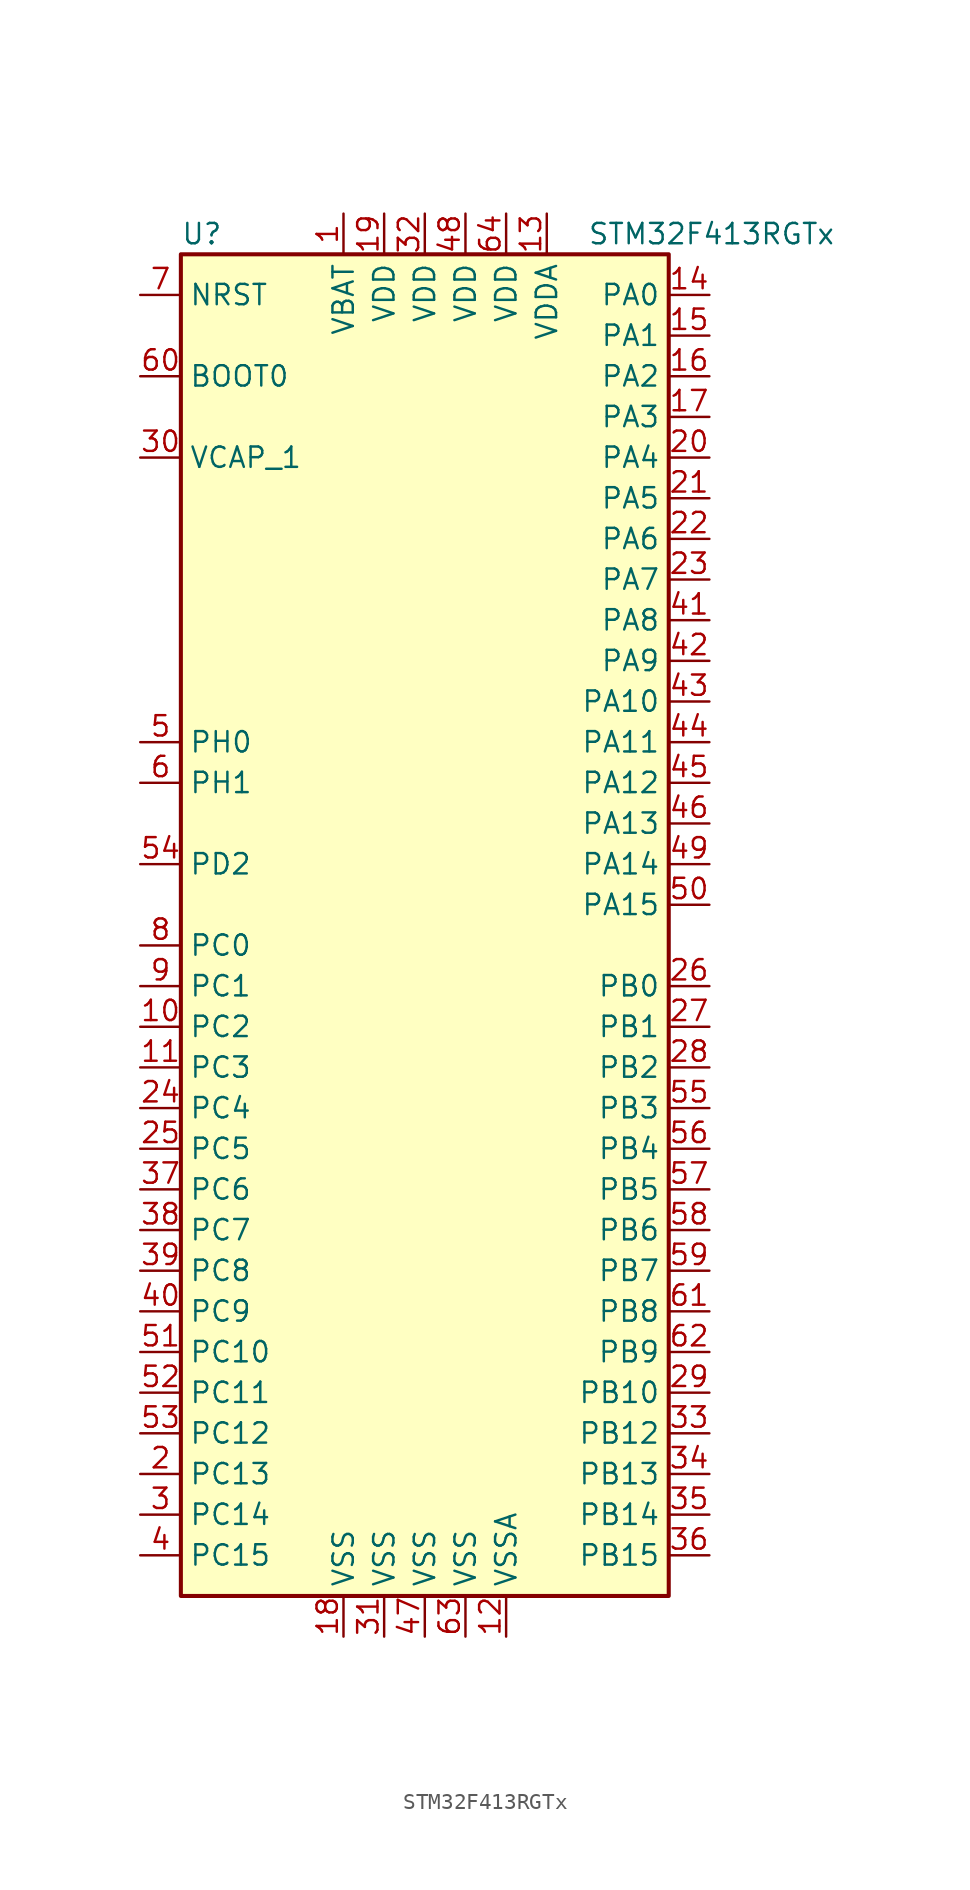
<source format=kicad_sym>
(kicad_symbol_lib
  (version 20220914)
  (generator kicad_symbol_editor)
  (symbol "STM32F413RGTx"
    (property "Reference" "U"
      (at -15.24 41.91 0)
      (effects (font (size 1.27 1.27)) (justify left)))
    (property "Value" "STM32F413RGTx"
      (at 10.16 41.91 0)
      (effects (font (size 1.27 1.27)) (justify left)))
    (symbol "STM32F413RGTx_0_1"
      (rectangle (start -15.24 -43.18) (end 15.24 40.64) (stroke (width 0.254) (type default)) (fill (type background))))
    (symbol "STM32F413RGTx_1_1"
      (pin power_in line (at -5.08 43.18 270) (length 2.54) (name "VBAT" (effects (font (size 1.27 1.27)))) (number "1" (effects (font (size 1.27 1.27)))))
      (pin bidirectional line (at -17.78 -7.62 0) (length 2.54) (name "PC2" (effects (font (size 1.27 1.27)))) (number "10" (effects (font (size 1.27 1.27)))))
      (pin bidirectional line (at -17.78 -10.16 0) (length 2.54) (name "PC3" (effects (font (size 1.27 1.27)))) (number "11" (effects (font (size 1.27 1.27)))))
      (pin power_in line (at 5.08 -45.72 90) (length 2.54) (name "VSSA" (effects (font (size 1.27 1.27)))) (number "12" (effects (font (size 1.27 1.27)))))
      (pin power_in line (at 7.62 43.18 270) (length 2.54) (name "VDDA" (effects (font (size 1.27 1.27)))) (number "13" (effects (font (size 1.27 1.27)))))
      (pin bidirectional line (at 17.78 38.1 180) (length 2.54) (name "PA0" (effects (font (size 1.27 1.27)))) (number "14" (effects (font (size 1.27 1.27)))))
      (pin bidirectional line (at 17.78 35.56 180) (length 2.54) (name "PA1" (effects (font (size 1.27 1.27)))) (number "15" (effects (font (size 1.27 1.27)))))
      (pin bidirectional line (at 17.78 33.02 180) (length 2.54) (name "PA2" (effects (font (size 1.27 1.27)))) (number "16" (effects (font (size 1.27 1.27)))))
      (pin bidirectional line (at 17.78 30.48 180) (length 2.54) (name "PA3" (effects (font (size 1.27 1.27)))) (number "17" (effects (font (size 1.27 1.27)))))
      (pin power_in line (at -5.08 -45.72 90) (length 2.54) (name "VSS" (effects (font (size 1.27 1.27)))) (number "18" (effects (font (size 1.27 1.27)))))
      (pin power_in line (at -2.54 43.18 270) (length 2.54) (name "VDD" (effects (font (size 1.27 1.27)))) (number "19" (effects (font (size 1.27 1.27)))))
      (pin bidirectional line (at -17.78 -35.56 0) (length 2.54) (name "PC13" (effects (font (size 1.27 1.27)))) (number "2" (effects (font (size 1.27 1.27)))))
      (pin bidirectional line (at 17.78 27.94 180) (length 2.54) (name "PA4" (effects (font (size 1.27 1.27)))) (number "20" (effects (font (size 1.27 1.27)))))
      (pin bidirectional line (at 17.78 25.4 180) (length 2.54) (name "PA5" (effects (font (size 1.27 1.27)))) (number "21" (effects (font (size 1.27 1.27)))))
      (pin bidirectional line (at 17.78 22.86 180) (length 2.54) (name "PA6" (effects (font (size 1.27 1.27)))) (number "22" (effects (font (size 1.27 1.27)))))
      (pin bidirectional line (at 17.78 20.32 180) (length 2.54) (name "PA7" (effects (font (size 1.27 1.27)))) (number "23" (effects (font (size 1.27 1.27)))))
      (pin bidirectional line (at -17.78 -12.7 0) (length 2.54) (name "PC4" (effects (font (size 1.27 1.27)))) (number "24" (effects (font (size 1.27 1.27)))))
      (pin bidirectional line (at -17.78 -15.24 0) (length 2.54) (name "PC5" (effects (font (size 1.27 1.27)))) (number "25" (effects (font (size 1.27 1.27)))))
      (pin bidirectional line (at 17.78 -5.08 180) (length 2.54) (name "PB0" (effects (font (size 1.27 1.27)))) (number "26" (effects (font (size 1.27 1.27)))))
      (pin bidirectional line (at 17.78 -7.62 180) (length 2.54) (name "PB1" (effects (font (size 1.27 1.27)))) (number "27" (effects (font (size 1.27 1.27)))))
      (pin bidirectional line (at 17.78 -10.16 180) (length 2.54) (name "PB2" (effects (font (size 1.27 1.27)))) (number "28" (effects (font (size 1.27 1.27)))))
      (pin bidirectional line (at 17.78 -30.48 180) (length 2.54) (name "PB10" (effects (font (size 1.27 1.27)))) (number "29" (effects (font (size 1.27 1.27)))))
      (pin bidirectional line (at -17.78 -38.1 0) (length 2.54) (name "PC14" (effects (font (size 1.27 1.27)))) (number "3" (effects (font (size 1.27 1.27)))))
      (pin power_in line (at -17.78 27.94 0) (length 2.54) (name "VCAP_1" (effects (font (size 1.27 1.27)))) (number "30" (effects (font (size 1.27 1.27)))))
      (pin power_in line (at -2.54 -45.72 90) (length 2.54) (name "VSS" (effects (font (size 1.27 1.27)))) (number "31" (effects (font (size 1.27 1.27)))))
      (pin power_in line (at 0 43.18 270) (length 2.54) (name "VDD" (effects (font (size 1.27 1.27)))) (number "32" (effects (font (size 1.27 1.27)))))
      (pin bidirectional line (at 17.78 -33.02 180) (length 2.54) (name "PB12" (effects (font (size 1.27 1.27)))) (number "33" (effects (font (size 1.27 1.27)))))
      (pin bidirectional line (at 17.78 -35.56 180) (length 2.54) (name "PB13" (effects (font (size 1.27 1.27)))) (number "34" (effects (font (size 1.27 1.27)))))
      (pin bidirectional line (at 17.78 -38.1 180) (length 2.54) (name "PB14" (effects (font (size 1.27 1.27)))) (number "35" (effects (font (size 1.27 1.27)))))
      (pin bidirectional line (at 17.78 -40.64 180) (length 2.54) (name "PB15" (effects (font (size 1.27 1.27)))) (number "36" (effects (font (size 1.27 1.27)))))
      (pin bidirectional line (at -17.78 -17.78 0) (length 2.54) (name "PC6" (effects (font (size 1.27 1.27)))) (number "37" (effects (font (size 1.27 1.27)))))
      (pin bidirectional line (at -17.78 -20.32 0) (length 2.54) (name "PC7" (effects (font (size 1.27 1.27)))) (number "38" (effects (font (size 1.27 1.27)))))
      (pin bidirectional line (at -17.78 -22.86 0) (length 2.54) (name "PC8" (effects (font (size 1.27 1.27)))) (number "39" (effects (font (size 1.27 1.27)))))
      (pin bidirectional line (at -17.78 -40.64 0) (length 2.54) (name "PC15" (effects (font (size 1.27 1.27)))) (number "4" (effects (font (size 1.27 1.27)))))
      (pin bidirectional line (at -17.78 -25.4 0) (length 2.54) (name "PC9" (effects (font (size 1.27 1.27)))) (number "40" (effects (font (size 1.27 1.27)))))
      (pin bidirectional line (at 17.78 17.78 180) (length 2.54) (name "PA8" (effects (font (size 1.27 1.27)))) (number "41" (effects (font (size 1.27 1.27)))))
      (pin bidirectional line (at 17.78 15.24 180) (length 2.54) (name "PA9" (effects (font (size 1.27 1.27)))) (number "42" (effects (font (size 1.27 1.27)))))
      (pin bidirectional line (at 17.78 12.7 180) (length 2.54) (name "PA10" (effects (font (size 1.27 1.27)))) (number "43" (effects (font (size 1.27 1.27)))))
      (pin bidirectional line (at 17.78 10.16 180) (length 2.54) (name "PA11" (effects (font (size 1.27 1.27)))) (number "44" (effects (font (size 1.27 1.27)))))
      (pin bidirectional line (at 17.78 7.62 180) (length 2.54) (name "PA12" (effects (font (size 1.27 1.27)))) (number "45" (effects (font (size 1.27 1.27)))))
      (pin bidirectional line (at 17.78 5.08 180) (length 2.54) (name "PA13" (effects (font (size 1.27 1.27)))) (number "46" (effects (font (size 1.27 1.27)))))
      (pin power_in line (at 0 -45.72 90) (length 2.54) (name "VSS" (effects (font (size 1.27 1.27)))) (number "47" (effects (font (size 1.27 1.27)))))
      (pin power_in line (at 2.54 43.18 270) (length 2.54) (name "VDD" (effects (font (size 1.27 1.27)))) (number "48" (effects (font (size 1.27 1.27)))))
      (pin bidirectional line (at 17.78 2.54 180) (length 2.54) (name "PA14" (effects (font (size 1.27 1.27)))) (number "49" (effects (font (size 1.27 1.27)))))
      (pin input line (at -17.78 10.16 0) (length 2.54) (name "PH0" (effects (font (size 1.27 1.27)))) (number "5" (effects (font (size 1.27 1.27)))))
      (pin bidirectional line (at 17.78 0 180) (length 2.54) (name "PA15" (effects (font (size 1.27 1.27)))) (number "50" (effects (font (size 1.27 1.27)))))
      (pin bidirectional line (at -17.78 -27.94 0) (length 2.54) (name "PC10" (effects (font (size 1.27 1.27)))) (number "51" (effects (font (size 1.27 1.27)))))
      (pin bidirectional line (at -17.78 -30.48 0) (length 2.54) (name "PC11" (effects (font (size 1.27 1.27)))) (number "52" (effects (font (size 1.27 1.27)))))
      (pin bidirectional line (at -17.78 -33.02 0) (length 2.54) (name "PC12" (effects (font (size 1.27 1.27)))) (number "53" (effects (font (size 1.27 1.27)))))
      (pin bidirectional line (at -17.78 2.54 0) (length 2.54) (name "PD2" (effects (font (size 1.27 1.27)))) (number "54" (effects (font (size 1.27 1.27)))))
      (pin bidirectional line (at 17.78 -12.7 180) (length 2.54) (name "PB3" (effects (font (size 1.27 1.27)))) (number "55" (effects (font (size 1.27 1.27)))))
      (pin bidirectional line (at 17.78 -15.24 180) (length 2.54) (name "PB4" (effects (font (size 1.27 1.27)))) (number "56" (effects (font (size 1.27 1.27)))))
      (pin bidirectional line (at 17.78 -17.78 180) (length 2.54) (name "PB5" (effects (font (size 1.27 1.27)))) (number "57" (effects (font (size 1.27 1.27)))))
      (pin bidirectional line (at 17.78 -20.32 180) (length 2.54) (name "PB6" (effects (font (size 1.27 1.27)))) (number "58" (effects (font (size 1.27 1.27)))))
      (pin bidirectional line (at 17.78 -22.86 180) (length 2.54) (name "PB7" (effects (font (size 1.27 1.27)))) (number "59" (effects (font (size 1.27 1.27)))))
      (pin input line (at -17.78 7.62 0) (length 2.54) (name "PH1" (effects (font (size 1.27 1.27)))) (number "6" (effects (font (size 1.27 1.27)))))
      (pin input line (at -17.78 33.02 0) (length 2.54) (name "BOOT0" (effects (font (size 1.27 1.27)))) (number "60" (effects (font (size 1.27 1.27)))))
      (pin bidirectional line (at 17.78 -25.4 180) (length 2.54) (name "PB8" (effects (font (size 1.27 1.27)))) (number "61" (effects (font (size 1.27 1.27)))))
      (pin bidirectional line (at 17.78 -27.94 180) (length 2.54) (name "PB9" (effects (font (size 1.27 1.27)))) (number "62" (effects (font (size 1.27 1.27)))))
      (pin power_in line (at 2.54 -45.72 90) (length 2.54) (name "VSS" (effects (font (size 1.27 1.27)))) (number "63" (effects (font (size 1.27 1.27)))))
      (pin power_in line (at 5.08 43.18 270) (length 2.54) (name "VDD" (effects (font (size 1.27 1.27)))) (number "64" (effects (font (size 1.27 1.27)))))
      (pin input line (at -17.78 38.1 0) (length 2.54) (name "NRST" (effects (font (size 1.27 1.27)))) (number "7" (effects (font (size 1.27 1.27)))))
      (pin bidirectional line (at -17.78 -2.54 0) (length 2.54) (name "PC0" (effects (font (size 1.27 1.27)))) (number "8" (effects (font (size 1.27 1.27)))))
      (pin bidirectional line (at -17.78 -5.08 0) (length 2.54) (name "PC1" (effects (font (size 1.27 1.27)))) (number "9" (effects (font (size 1.27 1.27))))))))
</source>
